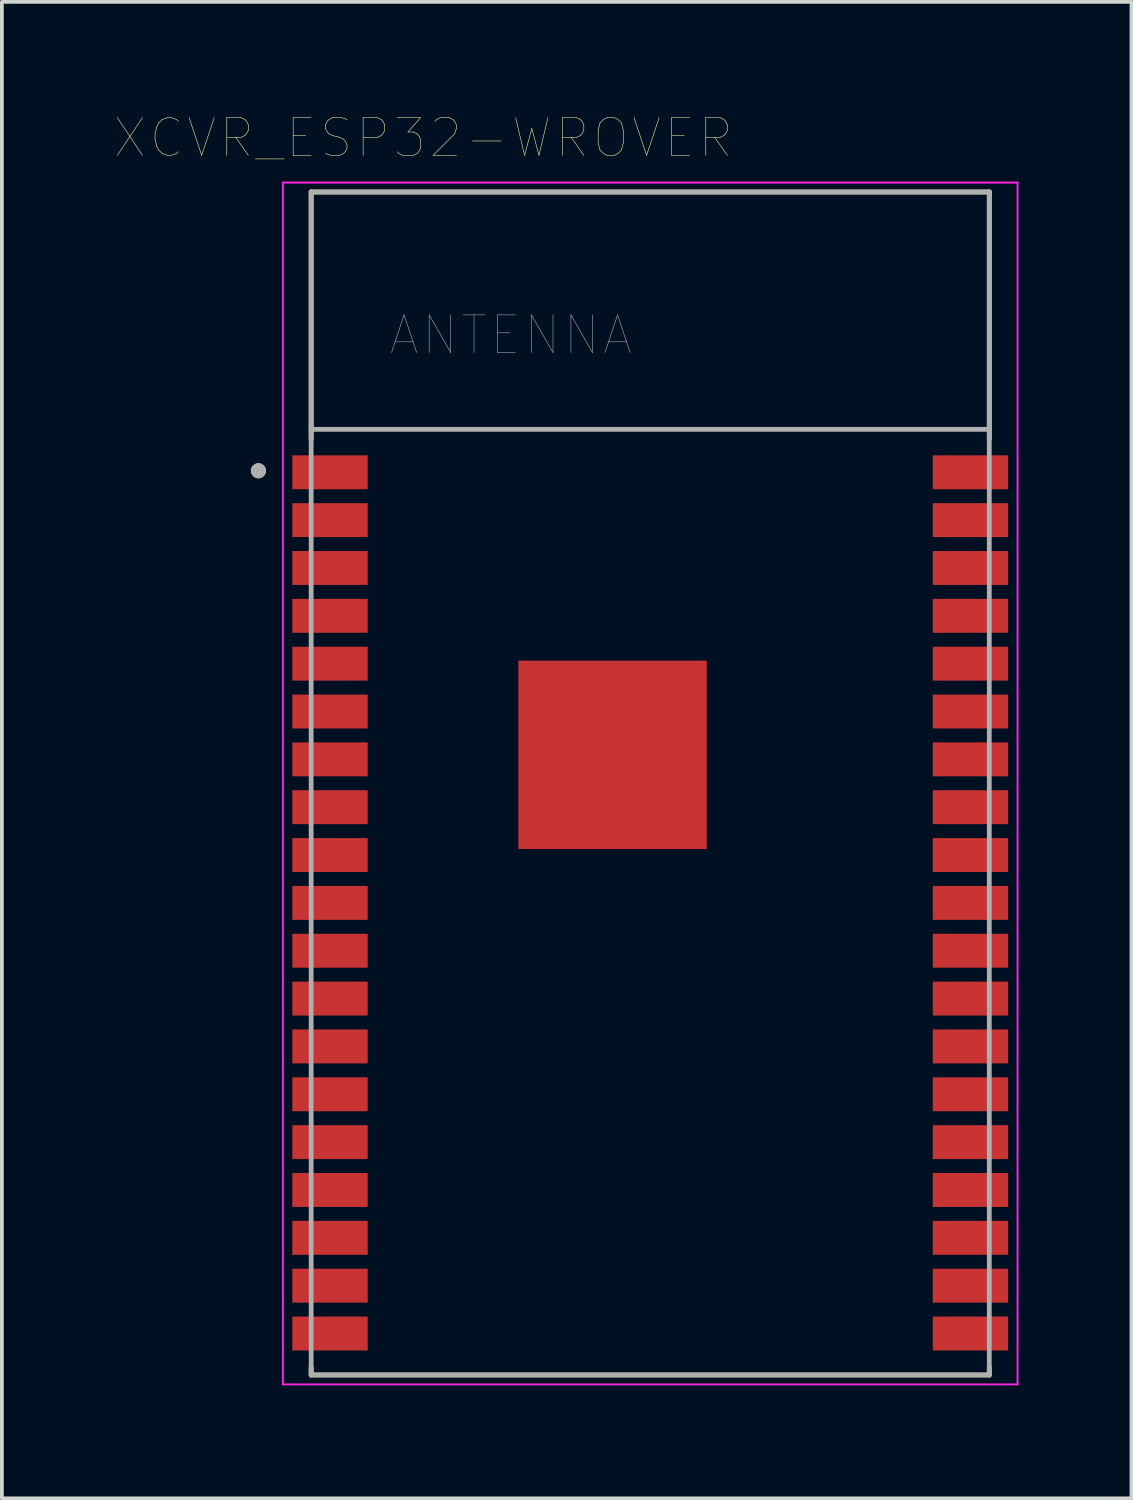
<source format=kicad_pcb>
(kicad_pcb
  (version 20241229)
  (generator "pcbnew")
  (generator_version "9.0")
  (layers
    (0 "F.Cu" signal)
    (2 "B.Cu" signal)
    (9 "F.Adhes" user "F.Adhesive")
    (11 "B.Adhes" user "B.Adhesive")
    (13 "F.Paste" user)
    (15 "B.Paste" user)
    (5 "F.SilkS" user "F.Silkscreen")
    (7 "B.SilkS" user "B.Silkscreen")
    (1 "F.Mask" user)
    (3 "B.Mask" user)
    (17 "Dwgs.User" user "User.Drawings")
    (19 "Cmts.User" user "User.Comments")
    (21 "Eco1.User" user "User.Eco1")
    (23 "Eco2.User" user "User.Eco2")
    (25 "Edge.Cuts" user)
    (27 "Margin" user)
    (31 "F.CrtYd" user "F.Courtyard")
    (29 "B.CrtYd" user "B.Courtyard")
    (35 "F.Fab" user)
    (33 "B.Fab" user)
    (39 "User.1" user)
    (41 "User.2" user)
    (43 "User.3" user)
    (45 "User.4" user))
  (footprint "XCVR_ESP32-WROVER"
    (layer "F.Cu")
    (at 14.209 17.746)
    (property "Reference" "XCVR_ESP32-WROVER" (at -6.025 -17.135 0) (layer "F.SilkS") (effects (font (size 1 1) (thickness 0.015))))
    (attr through_hole)
    (fp_poly (pts (xy -3.5 -3.26) (xy -2.17 -3.26) (xy -2.17 -1.93) (xy -3.5 -1.93)) (stroke (width 0.01) (type solid)) (fill yes) (layer "F.Mask"))
    (fp_poly (pts (xy -3.5 -1.425) (xy -2.17 -1.425) (xy -2.17 -0.095) (xy -3.5 -0.095)) (stroke (width 0.01) (type solid)) (fill yes) (layer "F.Mask"))
    (fp_poly (pts (xy -3.5 0.41) (xy -2.17 0.41) (xy -2.17 1.74) (xy -3.5 1.74)) (stroke (width 0.01) (type solid)) (fill yes) (layer "F.Mask"))
    (fp_poly (pts (xy -1.665 -3.26) (xy -0.335 -3.26) (xy -0.335 -1.93) (xy -1.665 -1.93)) (stroke (width 0.01) (type solid)) (fill yes) (layer "F.Mask"))
    (fp_poly (pts (xy -1.665 -1.425) (xy -0.335 -1.425) (xy -0.335 -0.095) (xy -1.665 -0.095)) (stroke (width 0.01) (type solid)) (fill yes) (layer "F.Mask"))
    (fp_poly (pts (xy -1.665 0.41) (xy -0.335 0.41) (xy -0.335 1.74) (xy -1.665 1.74)) (stroke (width 0.01) (type solid)) (fill yes) (layer "F.Mask"))
    (fp_poly (pts (xy 0.17 -3.26) (xy 1.5 -3.26) (xy 1.5 -1.93) (xy 0.17 -1.93)) (stroke (width 0.01) (type solid)) (fill yes) (layer "F.Mask"))
    (fp_poly (pts (xy 0.17 -1.425) (xy 1.5 -1.425) (xy 1.5 -0.095) (xy 0.17 -0.095)) (stroke (width 0.01) (type solid)) (fill yes) (layer "F.Mask"))
    (fp_poly (pts (xy 0.17 0.41) (xy 1.5 0.41) (xy 1.5 1.74) (xy 0.17 1.74)) (stroke (width 0.01) (type solid)) (fill yes) (layer "F.Mask"))
    (fp_line (start -9 -15.7) (end 9 -15.7) (stroke (width 0.127) (type solid)) (layer "F.SilkS"))
    (fp_line (start -9 -9.13) (end -9 -15.7) (stroke (width 0.127) (type solid)) (layer "F.SilkS"))
    (fp_line (start -9 15.5) (end -9 15.7) (stroke (width 0.127) (type solid)) (layer "F.SilkS"))
    (fp_line (start -9 15.7) (end 9 15.7) (stroke (width 0.127) (type solid)) (layer "F.SilkS"))
    (fp_line (start 9 -15.7) (end 9 -9.13) (stroke (width 0.127) (type solid)) (layer "F.SilkS"))
    (fp_line (start 9 15.7) (end 9 15.5) (stroke (width 0.127) (type solid)) (layer "F.SilkS"))
    (fp_circle (center -10.4 -8.3) (end -10.3 -8.3) (stroke (width 0.2) (type solid)) (fill no) (layer "F.SilkS"))
    (fp_poly (pts (xy -3.5 -3.26) (xy -2.17 -3.26) (xy -2.17 -1.93) (xy -3.5 -1.93)) (stroke (width 0.01) (type solid)) (fill yes) (layer "F.Paste"))
    (fp_poly (pts (xy -3.5 -1.425) (xy -2.17 -1.425) (xy -2.17 -0.095) (xy -3.5 -0.095)) (stroke (width 0.01) (type solid)) (fill yes) (layer "F.Paste"))
    (fp_poly (pts (xy -3.5 0.41) (xy -2.17 0.41) (xy -2.17 1.74) (xy -3.5 1.74)) (stroke (width 0.01) (type solid)) (fill yes) (layer "F.Paste"))
    (fp_poly (pts (xy -1.665 -3.26) (xy -0.335 -3.26) (xy -0.335 -1.93) (xy -1.665 -1.93)) (stroke (width 0.01) (type solid)) (fill yes) (layer "F.Paste"))
    (fp_poly (pts (xy -1.665 -1.425) (xy -0.335 -1.425) (xy -0.335 -0.095) (xy -1.665 -0.095)) (stroke (width 0.01) (type solid)) (fill yes) (layer "F.Paste"))
    (fp_poly (pts (xy -1.665 0.41) (xy -0.335 0.41) (xy -0.335 1.74) (xy -1.665 1.74)) (stroke (width 0.01) (type solid)) (fill yes) (layer "F.Paste"))
    (fp_poly (pts (xy 0.17 -3.26) (xy 1.5 -3.26) (xy 1.5 -1.93) (xy 0.17 -1.93)) (stroke (width 0.01) (type solid)) (fill yes) (layer "F.Paste"))
    (fp_poly (pts (xy 0.17 -1.425) (xy 1.5 -1.425) (xy 1.5 -0.095) (xy 0.17 -0.095)) (stroke (width 0.01) (type solid)) (fill yes) (layer "F.Paste"))
    (fp_poly (pts (xy 0.17 0.41) (xy 1.5 0.41) (xy 1.5 1.74) (xy 0.17 1.74)) (stroke (width 0.01) (type solid)) (fill yes) (layer "F.Paste"))
    (fp_line (start -9.75 -15.95) (end -9.75 15.95) (stroke (width 0.05) (type solid)) (layer "F.CrtYd"))
    (fp_line (start -9.75 -15.95) (end 9.75 -15.95) (stroke (width 0.05) (type solid)) (layer "F.CrtYd"))
    (fp_line (start -9.75 15.95) (end 9.75 15.95) (stroke (width 0.05) (type solid)) (layer "F.CrtYd"))
    (fp_line (start 9.75 15.95) (end 9.75 -15.95) (stroke (width 0.05) (type solid)) (layer "F.CrtYd"))
    (fp_line (start -9 -15.7) (end 9 -15.7) (stroke (width 0.127) (type solid)) (layer "F.Fab"))
    (fp_line (start -9 -9.4) (end -9 -15.7) (stroke (width 0.127) (type solid)) (layer "F.Fab"))
    (fp_line (start -9 -9.4) (end 9 -9.4) (stroke (width 0.127) (type solid)) (layer "F.Fab"))
    (fp_line (start -9 15.7) (end -9 -9.4) (stroke (width 0.127) (type solid)) (layer "F.Fab"))
    (fp_line (start 9 -15.7) (end 9 -9.4) (stroke (width 0.127) (type solid)) (layer "F.Fab"))
    (fp_line (start 9 -9.4) (end 9 15.7) (stroke (width 0.127) (type solid)) (layer "F.Fab"))
    (fp_line (start 9 15.7) (end -9 15.7) (stroke (width 0.127) (type solid)) (layer "F.Fab"))
    (fp_circle (center -10.4 -8.3) (end -10.3 -8.3) (stroke (width 0.2) (type solid)) (fill no) (layer "F.Fab"))
    (fp_text user "ANTENNA" (at -3.7 -11.9 0) (layer "F.Fab") (effects (font (size 1 1) (thickness 0.015))))
    (pad "1" smd rect (at -8.5 -8.26) (size 2 0.9) (layers "F.Cu" "F.Mask" "F.Paste"))
    (pad "2" smd rect (at -8.5 -6.99) (size 2 0.9) (layers "F.Cu" "F.Mask" "F.Paste"))
    (pad "3" smd rect (at -8.5 -5.72) (size 2 0.9) (layers "F.Cu" "F.Mask" "F.Paste"))
    (pad "4" smd rect (at -8.5 -4.45) (size 2 0.9) (layers "F.Cu" "F.Mask" "F.Paste"))
    (pad "5" smd rect (at -8.5 -3.18) (size 2 0.9) (layers "F.Cu" "F.Mask" "F.Paste"))
    (pad "6" smd rect (at -8.5 -1.91) (size 2 0.9) (layers "F.Cu" "F.Mask" "F.Paste"))
    (pad "7" smd rect (at -8.5 -0.64) (size 2 0.9) (layers "F.Cu" "F.Mask" "F.Paste"))
    (pad "8" smd rect (at -8.5 0.63) (size 2 0.9) (layers "F.Cu" "F.Mask" "F.Paste"))
    (pad "9" smd rect (at -8.5 1.9) (size 2 0.9) (layers "F.Cu" "F.Mask" "F.Paste"))
    (pad "10" smd rect (at -8.5 3.17) (size 2 0.9) (layers "F.Cu" "F.Mask" "F.Paste"))
    (pad "11" smd rect (at -8.5 4.44) (size 2 0.9) (layers "F.Cu" "F.Mask" "F.Paste"))
    (pad "12" smd rect (at -8.5 5.71) (size 2 0.9) (layers "F.Cu" "F.Mask" "F.Paste"))
    (pad "13" smd rect (at -8.5 6.98) (size 2 0.9) (layers "F.Cu" "F.Mask" "F.Paste"))
    (pad "14" smd rect (at -8.5 8.25) (size 2 0.9) (layers "F.Cu" "F.Mask" "F.Paste"))
    (pad "15" smd rect (at -8.5 9.52) (size 2 0.9) (layers "F.Cu" "F.Mask" "F.Paste"))
    (pad "16" smd rect (at -8.5 10.79) (size 2 0.9) (layers "F.Cu" "F.Mask" "F.Paste"))
    (pad "17" smd rect (at -8.5 12.06) (size 2 0.9) (layers "F.Cu" "F.Mask" "F.Paste"))
    (pad "18" smd rect (at -8.5 13.33) (size 2 0.9) (layers "F.Cu" "F.Mask" "F.Paste"))
    (pad "19" smd rect (at -8.5 14.6) (size 2 0.9) (layers "F.Cu" "F.Mask" "F.Paste"))
    (pad "20" smd rect (at 8.5 14.6) (size 2 0.9) (layers "F.Cu" "F.Mask" "F.Paste"))
    (pad "21" smd rect (at 8.5 13.33) (size 2 0.9) (layers "F.Cu" "F.Mask" "F.Paste"))
    (pad "22" smd rect (at 8.5 12.06) (size 2 0.9) (layers "F.Cu" "F.Mask" "F.Paste"))
    (pad "23" smd rect (at 8.5 10.79) (size 2 0.9) (layers "F.Cu" "F.Mask" "F.Paste"))
    (pad "24" smd rect (at 8.5 9.52) (size 2 0.9) (layers "F.Cu" "F.Mask" "F.Paste"))
    (pad "25" smd rect (at 8.5 8.25) (size 2 0.9) (layers "F.Cu" "F.Mask" "F.Paste"))
    (pad "26" smd rect (at 8.5 6.98) (size 2 0.9) (layers "F.Cu" "F.Mask" "F.Paste"))
    (pad "27" smd rect (at 8.5 5.71) (size 2 0.9) (layers "F.Cu" "F.Mask" "F.Paste"))
    (pad "28" smd rect (at 8.5 4.44) (size 2 0.9) (layers "F.Cu" "F.Mask" "F.Paste"))
    (pad "29" smd rect (at 8.5 3.17) (size 2 0.9) (layers "F.Cu" "F.Mask" "F.Paste"))
    (pad "30" smd rect (at 8.5 1.9) (size 2 0.9) (layers "F.Cu" "F.Mask" "F.Paste"))
    (pad "31" smd rect (at 8.5 0.63) (size 2 0.9) (layers "F.Cu" "F.Mask" "F.Paste"))
    (pad "32" smd rect (at 8.5 -0.64) (size 2 0.9) (layers "F.Cu" "F.Mask" "F.Paste"))
    (pad "33" smd rect (at 8.5 -1.91) (size 2 0.9) (layers "F.Cu" "F.Mask" "F.Paste"))
    (pad "34" smd rect (at 8.5 -3.18) (size 2 0.9) (layers "F.Cu" "F.Mask" "F.Paste"))
    (pad "35" smd rect (at 8.5 -4.45) (size 2 0.9) (layers "F.Cu" "F.Mask" "F.Paste"))
    (pad "36" smd rect (at 8.5 -5.72) (size 2 0.9) (layers "F.Cu" "F.Mask" "F.Paste"))
    (pad "37" smd rect (at 8.5 -6.99) (size 2 0.9) (layers "F.Cu" "F.Mask" "F.Paste"))
    (pad "38" smd rect (at 8.5 -8.26) (size 2 0.9) (layers "F.Cu" "F.Mask" "F.Paste"))
    (pad "39" smd rect (at -1 -0.76) (size 5 5) (layers "F.Cu")))
  (gr_rect
    (start -3 -3)
    (end 26.984 36.721)
    (stroke (width 0.1) (type default))
    (fill no)
    (layer "Edge.Cuts")))
</source>
